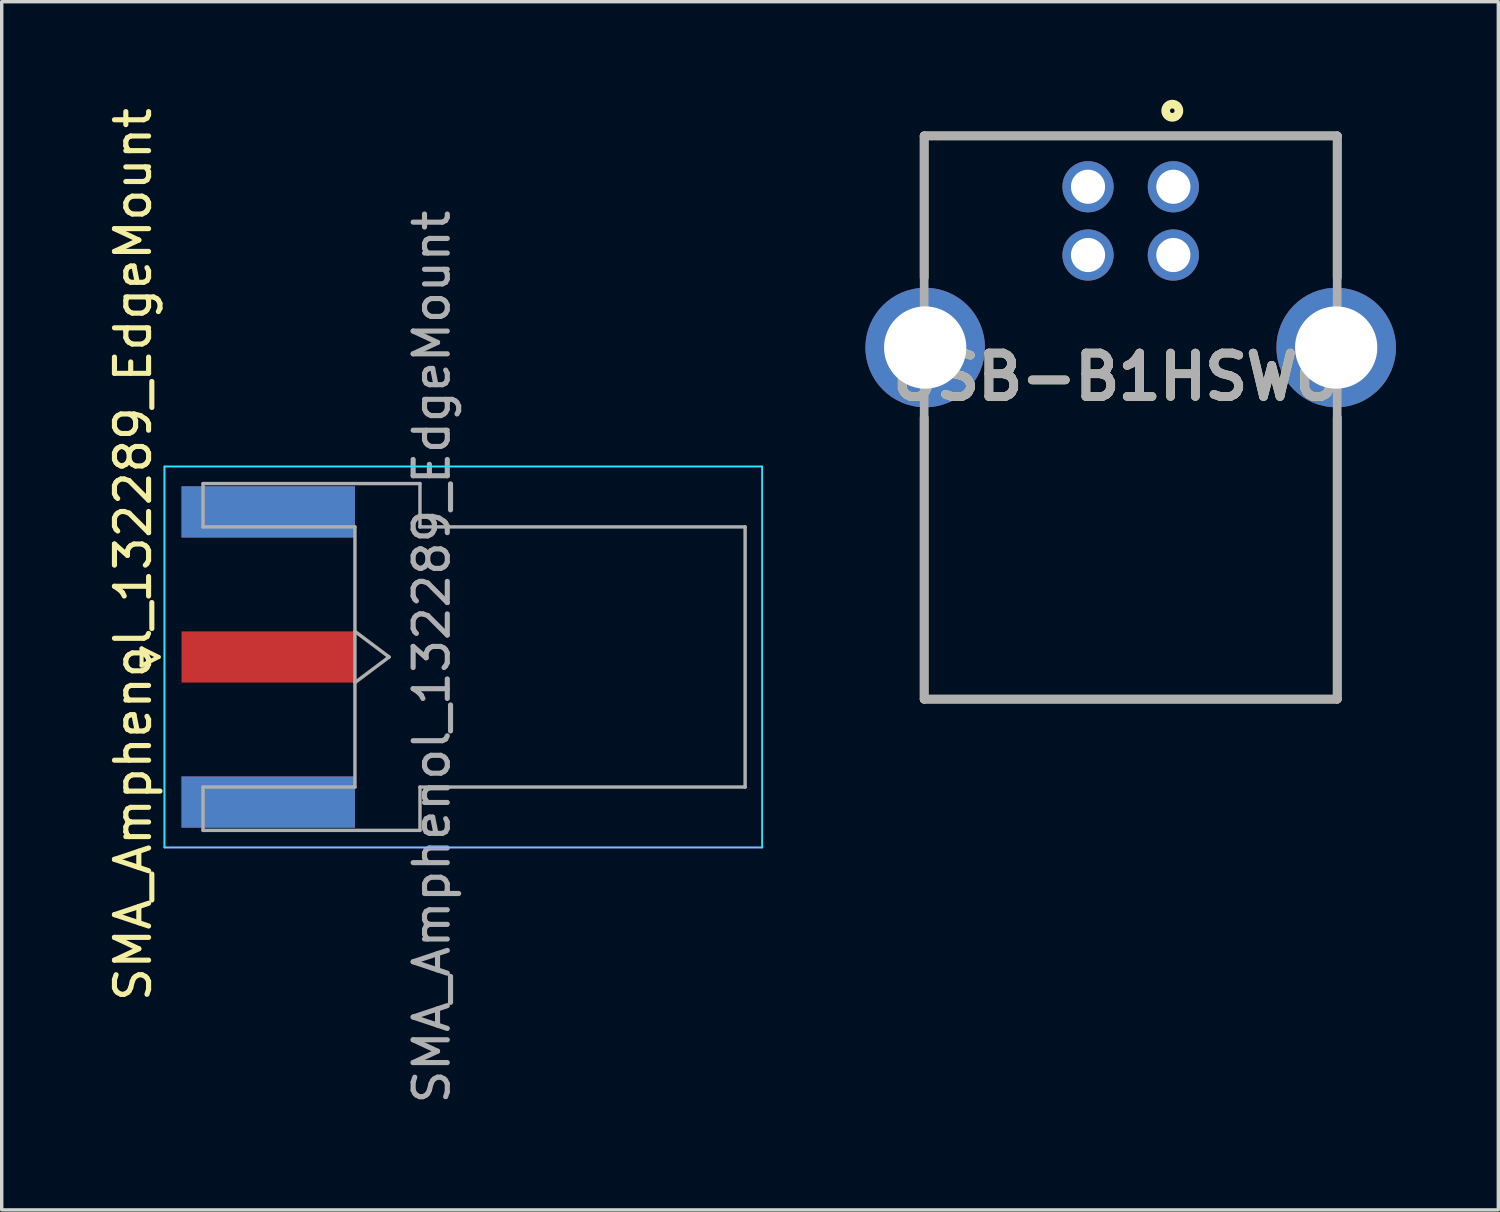
<source format=kicad_pcb>
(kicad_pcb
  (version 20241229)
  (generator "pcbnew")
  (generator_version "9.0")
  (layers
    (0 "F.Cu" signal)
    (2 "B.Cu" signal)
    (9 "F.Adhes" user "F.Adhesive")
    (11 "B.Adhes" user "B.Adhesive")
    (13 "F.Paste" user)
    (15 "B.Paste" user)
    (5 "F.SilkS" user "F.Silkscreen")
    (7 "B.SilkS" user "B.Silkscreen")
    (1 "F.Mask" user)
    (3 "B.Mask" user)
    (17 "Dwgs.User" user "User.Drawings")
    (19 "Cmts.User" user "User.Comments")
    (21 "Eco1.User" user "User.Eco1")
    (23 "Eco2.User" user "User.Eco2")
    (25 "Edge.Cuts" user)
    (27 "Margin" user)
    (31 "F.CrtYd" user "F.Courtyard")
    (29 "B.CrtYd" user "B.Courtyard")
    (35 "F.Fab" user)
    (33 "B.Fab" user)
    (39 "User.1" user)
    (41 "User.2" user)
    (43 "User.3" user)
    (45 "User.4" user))
  (footprint "USB-B1HSW6"
    (layer "F.Cu")
    (at 30.073 7.131)
    (property "Reference" "USB-B1HSW6" (at -0.464 0.858 0) (layer "F.SilkS") (effects (font (size 1.27 1.27) (thickness 0.254))))
    (attr through_hole)
    (fp_line (start -6.05 -6.2) (end -6.05 -2.05) (stroke (width 0.254) (type solid)) (layer "F.SilkS"))
    (fp_line (start -6.05 -6.2) (end 6.05 -6.2) (stroke (width 0.254) (type solid)) (layer "F.SilkS"))
    (fp_line (start -6.05 10.3) (end -6.05 2.05) (stroke (width 0.254) (type solid)) (layer "F.SilkS"))
    (fp_line (start -6.05 10.3) (end 6.05 10.3) (stroke (width 0.254) (type solid)) (layer "F.SilkS"))
    (fp_line (start 6.05 -6.2) (end 6.05 -2.05) (stroke (width 0.254) (type solid)) (layer "F.SilkS"))
    (fp_line (start 6.05 10.3) (end 6.05 2.05) (stroke (width 0.254) (type solid)) (layer "F.SilkS"))
    (fp_circle (center 1.219 -6.937) (end 1.219 -6.87) (stroke (width 0.254) (type solid)) (fill no) (layer "F.SilkS"))
    (fp_line (start -6.05 -6.2) (end 6.05 -6.2) (stroke (width 0.254) (type solid)) (layer "F.Fab"))
    (fp_line (start -6.05 10.3) (end -6.05 -6.2) (stroke (width 0.254) (type solid)) (layer "F.Fab"))
    (fp_line (start 6.05 -6.2) (end 6.05 10.3) (stroke (width 0.254) (type solid)) (layer "F.Fab"))
    (fp_line (start 6.05 10.3) (end -6.05 10.3) (stroke (width 0.254) (type solid)) (layer "F.Fab"))
    (fp_text user "${REFERENCE}" (at -0.464 0.858 0) (layer "F.Fab") (effects (font (size 1.27 1.27) (thickness 0.254))))
    (pad "1" thru_hole circle (at 1.25 -4.71) (size 1.5 1.5) (drill 1) (layers "*.Cu" "*.Mask"))
    (pad "2" thru_hole circle (at -1.25 -4.71) (size 1.5 1.5) (drill 1) (layers "*.Cu" "*.Mask"))
    (pad "3" thru_hole circle (at -1.25 -2.71) (size 1.5 1.5) (drill 1) (layers "*.Cu" "*.Mask"))
    (pad "4" thru_hole circle (at 1.25 -2.71) (size 1.5 1.5) (drill 1) (layers "*.Cu" "*.Mask"))
    (pad "5" thru_hole circle (at -6.02 0) (size 3.5 3.5) (drill 2.41) (layers "*.Cu" "*.Mask"))
    (pad "6" thru_hole circle (at 6.02 0) (size 3.5 3.5) (drill 2.41) (layers "*.Cu" "*.Mask")))
  (footprint "SMA_Amphenol_132289_EdgeMount"
    (layer "F.Cu")
    (at 4.808 16.196)
    (property "Reference" "SMA_Amphenol_132289_EdgeMount" (at -3.96 -3 90) (layer "F.SilkS") (effects (font (size 1 1) (thickness 0.15))))
    (attr smd)
    (fp_line (start -3.71 -0.25) (end -3.71 0.25) (stroke (width 0.12) (type solid)) (layer "F.SilkS"))
    (fp_line (start -3.71 0.25) (end -3.21 0) (stroke (width 0.12) (type solid)) (layer "F.SilkS"))
    (fp_line (start -3.21 0) (end -3.71 -0.25) (stroke (width 0.12) (type solid)) (layer "F.SilkS"))
    (fp_line (start -3.04 5.58) (end -3.04 -5.58) (stroke (width 0.05) (type solid)) (layer "B.CrtYd"))
    (fp_line (start 14.47 -5.58) (end -3.04 -5.58) (stroke (width 0.05) (type solid)) (layer "B.CrtYd"))
    (fp_line (start 14.47 -5.58) (end 14.47 5.58) (stroke (width 0.05) (type solid)) (layer "B.CrtYd"))
    (fp_line (start 14.47 5.58) (end -3.04 5.58) (stroke (width 0.05) (type solid)) (layer "B.CrtYd"))
    (fp_line (start -3.04 5.58) (end -3.04 -5.58) (stroke (width 0.05) (type solid)) (layer "F.CrtYd"))
    (fp_line (start 14.47 -5.58) (end -3.04 -5.58) (stroke (width 0.05) (type solid)) (layer "F.CrtYd"))
    (fp_line (start 14.47 -5.58) (end 14.47 5.58) (stroke (width 0.05) (type solid)) (layer "F.CrtYd"))
    (fp_line (start 14.47 5.58) (end -3.04 5.58) (stroke (width 0.05) (type solid)) (layer "F.CrtYd"))
    (fp_line (start -1.91 -5.08) (end -1.91 -3.81) (stroke (width 0.1) (type solid)) (layer "F.Fab"))
    (fp_line (start -1.91 -5.08) (end 4.445 -5.08) (stroke (width 0.1) (type solid)) (layer "F.Fab"))
    (fp_line (start -1.91 -3.81) (end 2.54 -3.81) (stroke (width 0.1) (type solid)) (layer "F.Fab"))
    (fp_line (start -1.91 3.81) (end -1.91 5.08) (stroke (width 0.1) (type solid)) (layer "F.Fab"))
    (fp_line (start -1.91 5.08) (end 4.445 5.08) (stroke (width 0.1) (type solid)) (layer "F.Fab"))
    (fp_line (start 2.54 -3.81) (end 2.54 3.81) (stroke (width 0.1) (type solid)) (layer "F.Fab"))
    (fp_line (start 2.54 -0.75) (end 3.54 0) (stroke (width 0.1) (type solid)) (layer "F.Fab"))
    (fp_line (start 2.54 3.81) (end -1.91 3.81) (stroke (width 0.1) (type solid)) (layer "F.Fab"))
    (fp_line (start 3.54 0) (end 2.54 0.75) (stroke (width 0.1) (type solid)) (layer "F.Fab"))
    (fp_line (start 4.445 -3.81) (end 4.445 -5.08) (stroke (width 0.1) (type solid)) (layer "F.Fab"))
    (fp_line (start 4.445 -3.81) (end 13.97 -3.81) (stroke (width 0.1) (type solid)) (layer "F.Fab"))
    (fp_line (start 4.445 5.08) (end 4.445 3.81) (stroke (width 0.1) (type solid)) (layer "F.Fab"))
    (fp_line (start 13.97 -3.81) (end 13.97 3.81) (stroke (width 0.1) (type solid)) (layer "F.Fab"))
    (fp_line (start 13.97 3.81) (end 4.445 3.81) (stroke (width 0.1) (type solid)) (layer "F.Fab"))
    (fp_text user "${REFERENCE}" (at 4.79 0 270) (layer "F.Fab") (effects (font (size 1 1) (thickness 0.15))))
    (pad "1" smd rect (at 0 0 90) (size 1.5 5.08) (layers "F.Cu" "F.Mask" "F.Paste"))
    (pad "2" smd rect (at 0 -4.25 90) (size 1.5 5.08) (layers "F.Cu" "F.Mask" "F.Paste"))
    (pad "2" smd rect (at 0 -4.25 90) (size 1.5 5.08) (layers "B.Cu" "B.Mask" "B.Paste"))
    (pad "2" smd rect (at 0 4.25 90) (size 1.5 5.08) (layers "F.Cu" "F.Mask" "F.Paste"))
    (pad "2" smd rect (at 0 4.25 90) (size 1.5 5.08) (layers "B.Cu" "B.Mask" "B.Paste")))
  (gr_rect
    (start -3 -3)
    (end 40.843 32.393)
    (stroke (width 0.1) (type default))
    (fill no)
    (layer "Edge.Cuts")))
</source>
